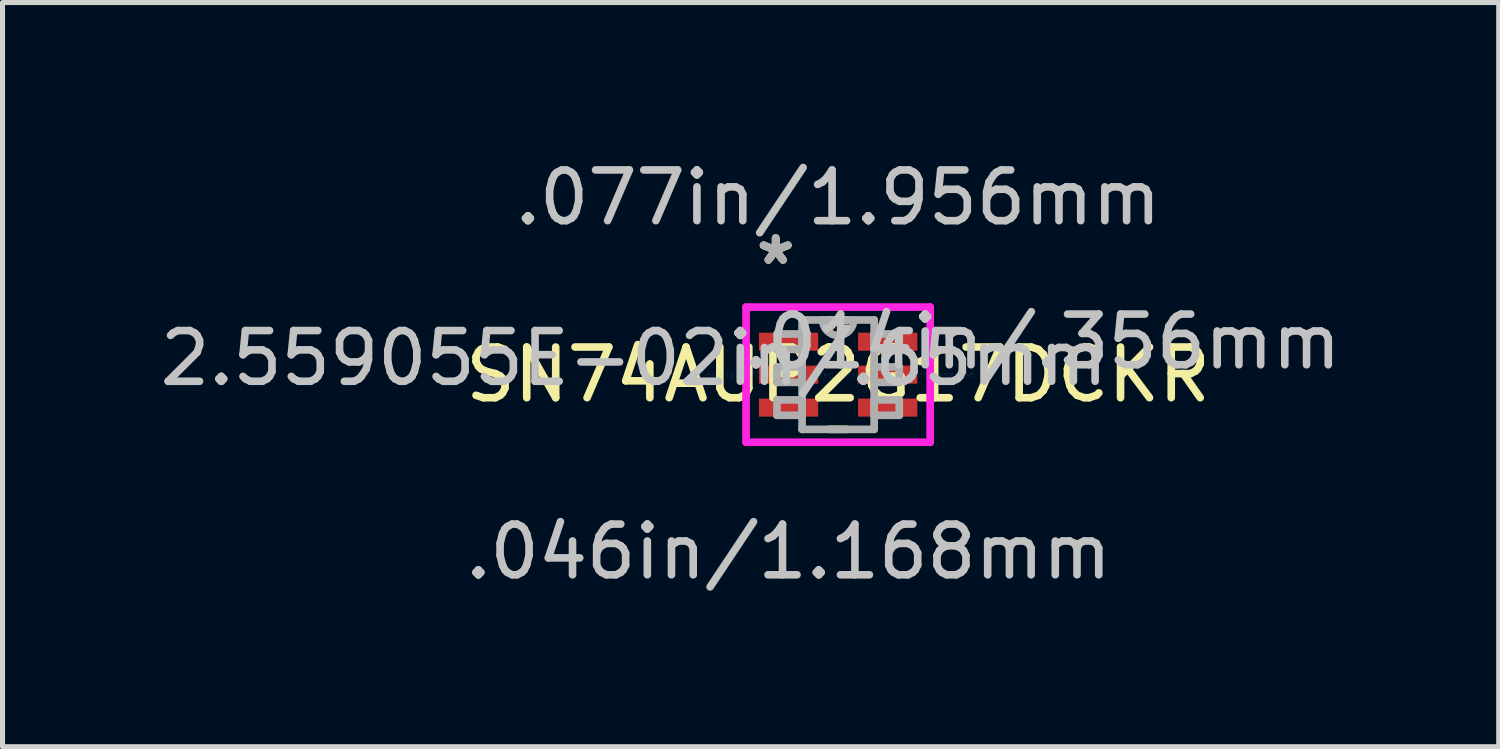
<source format=kicad_pcb>
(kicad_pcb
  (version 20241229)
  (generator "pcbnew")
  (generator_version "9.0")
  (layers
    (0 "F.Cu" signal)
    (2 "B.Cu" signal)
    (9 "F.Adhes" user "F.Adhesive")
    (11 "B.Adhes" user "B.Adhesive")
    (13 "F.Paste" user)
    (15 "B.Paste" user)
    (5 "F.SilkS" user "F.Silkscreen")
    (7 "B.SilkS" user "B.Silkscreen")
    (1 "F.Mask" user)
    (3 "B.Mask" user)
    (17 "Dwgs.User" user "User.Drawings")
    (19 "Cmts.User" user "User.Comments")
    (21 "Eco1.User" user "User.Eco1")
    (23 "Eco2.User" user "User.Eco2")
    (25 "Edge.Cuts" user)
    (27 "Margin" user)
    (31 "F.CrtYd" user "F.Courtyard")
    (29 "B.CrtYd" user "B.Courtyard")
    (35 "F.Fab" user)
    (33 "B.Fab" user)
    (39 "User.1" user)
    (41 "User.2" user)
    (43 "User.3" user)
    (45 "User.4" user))
  (footprint "SN74AUP2G17DCKR"
    (layer "F.Cu")
    (at 13.484 4.341)
    (property "Reference" "SN74AUP2G17DCKR" (at 0 0 0) (layer "F.SilkS") (effects (font (size 1 1) (thickness 0.15))))
    (attr through_hole)
    (fp_line (start -0.176 1.079) (end 0.176 1.079) (stroke (width 0.152) (type solid)) (layer "F.SilkS"))
    (fp_line (start 0.176 -1.079) (end -0.176 -1.079) (stroke (width 0.152) (type solid)) (layer "F.SilkS"))
    (fp_line (start -1.816 -1.333) (end 1.816 -1.333) (stroke (width 0.152) (type solid)) (layer "F.CrtYd"))
    (fp_line (start -1.816 1.333) (end -1.816 -1.333) (stroke (width 0.152) (type solid)) (layer "F.CrtYd"))
    (fp_line (start 1.816 -1.333) (end 1.816 1.333) (stroke (width 0.152) (type solid)) (layer "F.CrtYd"))
    (fp_line (start 1.816 1.333) (end -1.816 1.333) (stroke (width 0.152) (type solid)) (layer "F.CrtYd"))
    (fp_line (start -1.206 -0.802) (end -1.206 -0.498) (stroke (width 0.152) (type solid)) (layer "F.Fab"))
    (fp_line (start -1.206 -0.498) (end -0.711 -0.498) (stroke (width 0.152) (type solid)) (layer "F.Fab"))
    (fp_line (start -1.206 -0.152) (end -1.206 0.152) (stroke (width 0.152) (type solid)) (layer "F.Fab"))
    (fp_line (start -1.206 0.152) (end -0.711 0.152) (stroke (width 0.152) (type solid)) (layer "F.Fab"))
    (fp_line (start -1.206 0.498) (end -1.206 0.802) (stroke (width 0.152) (type solid)) (layer "F.Fab"))
    (fp_line (start -1.206 0.802) (end -0.711 0.802) (stroke (width 0.152) (type solid)) (layer "F.Fab"))
    (fp_line (start -0.711 -1.079) (end -0.711 1.079) (stroke (width 0.152) (type solid)) (layer "F.Fab"))
    (fp_line (start -0.711 -0.802) (end -1.206 -0.802) (stroke (width 0.152) (type solid)) (layer "F.Fab"))
    (fp_line (start -0.711 -0.498) (end -0.711 -0.802) (stroke (width 0.152) (type solid)) (layer "F.Fab"))
    (fp_line (start -0.711 -0.152) (end -1.206 -0.152) (stroke (width 0.152) (type solid)) (layer "F.Fab"))
    (fp_line (start -0.711 0.152) (end -0.711 -0.152) (stroke (width 0.152) (type solid)) (layer "F.Fab"))
    (fp_line (start -0.711 0.498) (end -1.206 0.498) (stroke (width 0.152) (type solid)) (layer "F.Fab"))
    (fp_line (start -0.711 0.802) (end -0.711 0.498) (stroke (width 0.152) (type solid)) (layer "F.Fab"))
    (fp_line (start -0.711 1.079) (end 0.711 1.079) (stroke (width 0.152) (type solid)) (layer "F.Fab"))
    (fp_line (start 0.711 -1.079) (end -0.711 -1.079) (stroke (width 0.152) (type solid)) (layer "F.Fab"))
    (fp_line (start 0.711 -0.802) (end 0.711 -0.498) (stroke (width 0.152) (type solid)) (layer "F.Fab"))
    (fp_line (start 0.711 -0.498) (end 1.206 -0.498) (stroke (width 0.152) (type solid)) (layer "F.Fab"))
    (fp_line (start 0.711 -0.152) (end 0.711 0.152) (stroke (width 0.152) (type solid)) (layer "F.Fab"))
    (fp_line (start 0.711 0.152) (end 1.206 0.152) (stroke (width 0.152) (type solid)) (layer "F.Fab"))
    (fp_line (start 0.711 0.498) (end 0.711 0.802) (stroke (width 0.152) (type solid)) (layer "F.Fab"))
    (fp_line (start 0.711 0.802) (end 1.206 0.802) (stroke (width 0.152) (type solid)) (layer "F.Fab"))
    (fp_line (start 0.711 1.079) (end 0.711 -1.079) (stroke (width 0.152) (type solid)) (layer "F.Fab"))
    (fp_line (start 1.206 -0.802) (end 0.711 -0.802) (stroke (width 0.152) (type solid)) (layer "F.Fab"))
    (fp_line (start 1.206 -0.498) (end 1.206 -0.802) (stroke (width 0.152) (type solid)) (layer "F.Fab"))
    (fp_line (start 1.206 -0.152) (end 0.711 -0.152) (stroke (width 0.152) (type solid)) (layer "F.Fab"))
    (fp_line (start 1.206 0.152) (end 1.206 -0.152) (stroke (width 0.152) (type solid)) (layer "F.Fab"))
    (fp_line (start 1.206 0.498) (end 0.711 0.498) (stroke (width 0.152) (type solid)) (layer "F.Fab"))
    (fp_line (start 1.206 0.802) (end 1.206 0.498) (stroke (width 0.152) (type solid)) (layer "F.Fab"))
    (fp_arc (start 0.3048 -1.0795) (mid 0 -0.7747) (end -0.3048 -1.0795) (stroke (width 0.1524) (type solid)) (layer "F.Fab"))
    (fp_text user "*" (at -1.232 -2.149 0) (layer "F.SilkS") (effects (font (size 1 1) (thickness 0.15))))
    (fp_text user "*" (at -1.232 -2.149 0) (layer "F.SilkS") (effects (font (size 1 1) (thickness 0.15))))
    (fp_text user ".014in/.356mm" (at 4.026 -0.65 0) (layer "Dwgs.User") (effects (font (size 1 1) (thickness 0.15))))
    (fp_text user ".046in/1.168mm" (at -0.978 3.493 0) (layer "Dwgs.User") (effects (font (size 1 1) (thickness 0.15))))
    (fp_text user "2.559055E-02in/.65mm" (at -4.026 -0.325 0) (layer "Dwgs.User") (effects (font (size 1 1) (thickness 0.15))))
    (fp_text user ".077in/1.956mm" (at 0 -3.493 0) (layer "Dwgs.User") (effects (font (size 1 1) (thickness 0.15))))
    (fp_text user "Copyright 2016 Accelerated Designs. All rights reserved." (at 0 0 0) (layer "Cmts.User") (effects (font (size 0.127 0.127) (thickness 0.002))))
    (fp_text user "*" (at -1.232 -2.149 0) (layer "F.Fab") (effects (font (size 1 1) (thickness 0.15))))
    (fp_text user "*" (at -1.232 -2.149 0) (layer "F.Fab") (effects (font (size 1 1) (thickness 0.15))))
    (pad "1" smd rect (at -0.978 -0.65) (size 1.168 0.356) (layers "F.Cu" "F.Mask" "F.Paste"))
    (pad "2" smd rect (at -0.978 0) (size 1.168 0.356) (layers "F.Cu" "F.Mask" "F.Paste"))
    (pad "3" smd rect (at -0.978 0.65) (size 1.168 0.356) (layers "F.Cu" "F.Mask" "F.Paste"))
    (pad "4" smd rect (at 0.978 0.65) (size 1.168 0.356) (layers "F.Cu" "F.Mask" "F.Paste"))
    (pad "5" smd rect (at 0.978 0) (size 1.168 0.356) (layers "F.Cu" "F.Mask" "F.Paste"))
    (pad "6" smd rect (at 0.978 -0.65) (size 1.168 0.356) (layers "F.Cu" "F.Mask" "F.Paste")))
  (gr_rect
    (start -3 -3)
    (end 26.516 11.681)
    (stroke (width 0.1) (type default))
    (fill no)
    (layer "Edge.Cuts")))
</source>
